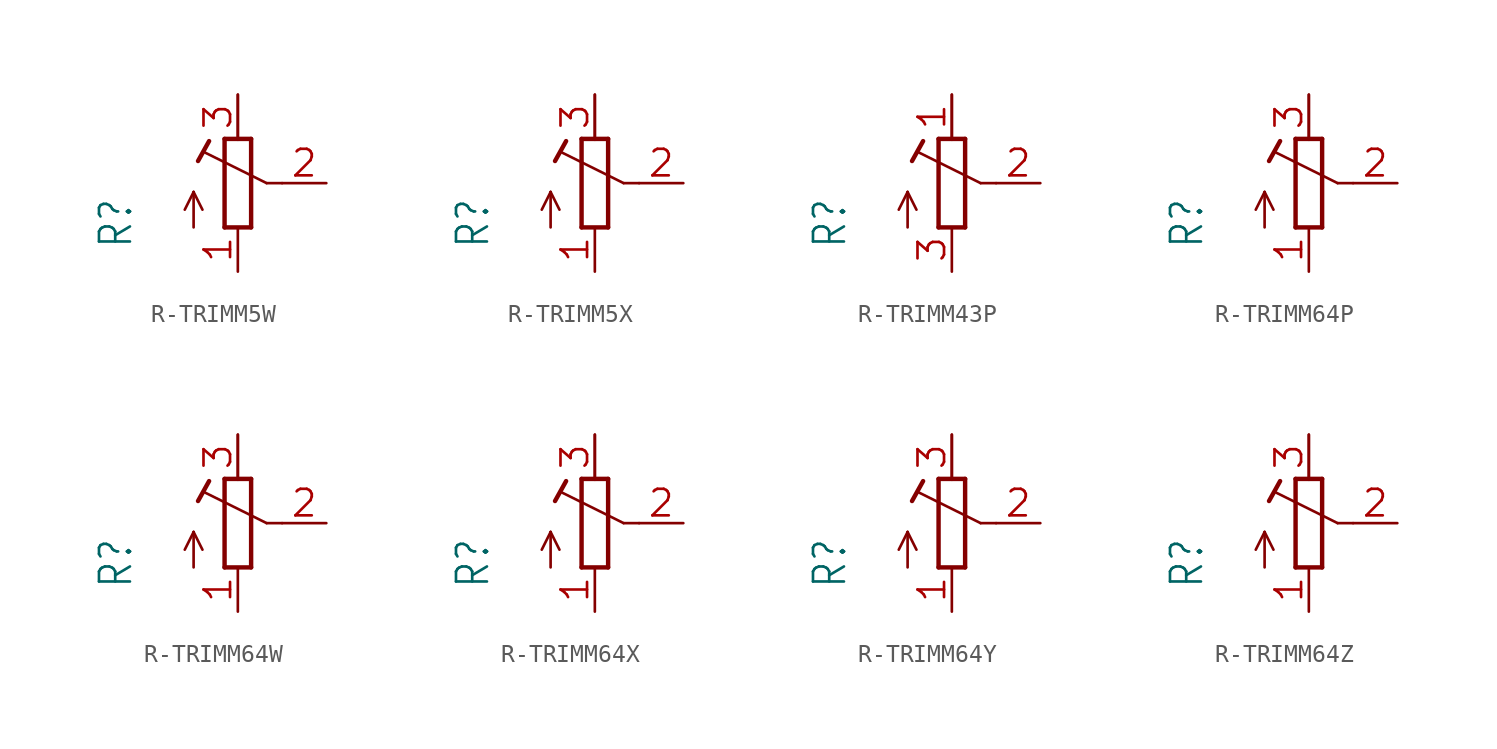
<source format=kicad_sym>
(kicad_symbol_lib
  (version 20241209)
  (generator "kicad_symbol_editor")
  (generator_version "9.0")
  (symbol "R-TRIMM5W"
    (property "Reference" "R"
      (at -5.969 -3.81 90)
      (effects (font (size 1.778 1.511)) (justify left bottom)))
    (property "Value" ""
      (at -3.81 -3.81 90)
      (effects (font (size 1.778 1.511)) (justify left bottom)))
    (property "ki_locked" ""
      (at 0 0 0)
      (effects (font (size 1.27 1.27))))
    (symbol "R-TRIMM5W_1_0"
      (polyline (pts (xy -2.54 -0.508) (xy -3.048 -1.524)) (stroke (width 0.152) (type solid)) (fill (type none)))
      (polyline (pts (xy -2.54 -0.508) (xy -2.032 -1.524)) (stroke (width 0.152) (type solid)) (fill (type none)))
      (polyline (pts (xy -2.54 -2.54) (xy -2.54 -0.508)) (stroke (width 0.152) (type solid)) (fill (type none)))
      (polyline (pts (xy -2.286 1.27) (xy -1.651 2.413)) (stroke (width 0.254) (type solid)) (fill (type none)))
      (polyline (pts (xy -0.762 2.54) (xy -0.762 -2.54)) (stroke (width 0.254) (type solid)) (fill (type none)))
      (polyline (pts (xy -0.762 -2.54) (xy 0.762 -2.54)) (stroke (width 0.254) (type solid)) (fill (type none)))
      (polyline (pts (xy 0 2.54) (xy -0.762 2.54)) (stroke (width 0.254) (type solid)) (fill (type none)))
      (polyline (pts (xy 0 2.54) (xy 0 5.08)) (stroke (width 0.152) (type solid)) (fill (type none)))
      (polyline (pts (xy 0.762 2.54) (xy 0 2.54)) (stroke (width 0.254) (type solid)) (fill (type none)))
      (polyline (pts (xy 0.762 -2.54) (xy 0.762 2.54)) (stroke (width 0.254) (type solid)) (fill (type none)))
      (polyline (pts (xy 1.651 0) (xy -1.88 1.753)) (stroke (width 0.152) (type solid)) (fill (type none)))
      (polyline (pts (xy 2.54 0) (xy 1.651 0)) (stroke (width 0.152) (type solid)) (fill (type none)))
      (pin passive line (at 0 5.08 270) (length 2.54) (name "E" (effects (font (size 0 0)))) (number "3" (effects (font (size 1.524 1.524)))))
      (pin passive line (at 0 -5.08 90) (length 2.54) (name "A" (effects (font (size 0 0)))) (number "1" (effects (font (size 1.524 1.524)))))
      (pin passive line (at 5.08 0 180) (length 2.54) (name "S" (effects (font (size 0 0)))) (number "2" (effects (font (size 1.524 1.524)))))))
  (symbol "R-TRIMM5X"
    (property "Reference" "R"
      (at -5.969 -3.81 90)
      (effects (font (size 1.778 1.511)) (justify left bottom)))
    (property "Value" ""
      (at -3.81 -3.81 90)
      (effects (font (size 1.778 1.511)) (justify left bottom)))
    (property "ki_locked" ""
      (at 0 0 0)
      (effects (font (size 1.27 1.27))))
    (symbol "R-TRIMM5X_1_0"
      (polyline (pts (xy -2.54 -0.508) (xy -3.048 -1.524)) (stroke (width 0.152) (type solid)) (fill (type none)))
      (polyline (pts (xy -2.54 -0.508) (xy -2.032 -1.524)) (stroke (width 0.152) (type solid)) (fill (type none)))
      (polyline (pts (xy -2.54 -2.54) (xy -2.54 -0.508)) (stroke (width 0.152) (type solid)) (fill (type none)))
      (polyline (pts (xy -2.286 1.27) (xy -1.651 2.413)) (stroke (width 0.254) (type solid)) (fill (type none)))
      (polyline (pts (xy -0.762 2.54) (xy -0.762 -2.54)) (stroke (width 0.254) (type solid)) (fill (type none)))
      (polyline (pts (xy -0.762 -2.54) (xy 0.762 -2.54)) (stroke (width 0.254) (type solid)) (fill (type none)))
      (polyline (pts (xy 0 2.54) (xy -0.762 2.54)) (stroke (width 0.254) (type solid)) (fill (type none)))
      (polyline (pts (xy 0 2.54) (xy 0 5.08)) (stroke (width 0.152) (type solid)) (fill (type none)))
      (polyline (pts (xy 0.762 2.54) (xy 0 2.54)) (stroke (width 0.254) (type solid)) (fill (type none)))
      (polyline (pts (xy 0.762 -2.54) (xy 0.762 2.54)) (stroke (width 0.254) (type solid)) (fill (type none)))
      (polyline (pts (xy 1.651 0) (xy -1.88 1.753)) (stroke (width 0.152) (type solid)) (fill (type none)))
      (polyline (pts (xy 2.54 0) (xy 1.651 0)) (stroke (width 0.152) (type solid)) (fill (type none)))
      (pin passive line (at 0 5.08 270) (length 2.54) (name "E" (effects (font (size 0 0)))) (number "3" (effects (font (size 1.524 1.524)))))
      (pin passive line (at 0 -5.08 90) (length 2.54) (name "A" (effects (font (size 0 0)))) (number "1" (effects (font (size 1.524 1.524)))))
      (pin passive line (at 5.08 0 180) (length 2.54) (name "S" (effects (font (size 0 0)))) (number "2" (effects (font (size 1.524 1.524)))))))
  (symbol "R-TRIMM43P"
    (property "Reference" "R"
      (at -5.969 -3.81 90)
      (effects (font (size 1.778 1.511)) (justify left bottom)))
    (property "Value" ""
      (at -3.81 -3.81 90)
      (effects (font (size 1.778 1.511)) (justify left bottom)))
    (property "ki_locked" ""
      (at 0 0 0)
      (effects (font (size 1.27 1.27))))
    (symbol "R-TRIMM43P_1_0"
      (polyline (pts (xy -2.54 -0.508) (xy -3.048 -1.524)) (stroke (width 0.152) (type solid)) (fill (type none)))
      (polyline (pts (xy -2.54 -0.508) (xy -2.032 -1.524)) (stroke (width 0.152) (type solid)) (fill (type none)))
      (polyline (pts (xy -2.54 -2.54) (xy -2.54 -0.508)) (stroke (width 0.152) (type solid)) (fill (type none)))
      (polyline (pts (xy -2.286 1.27) (xy -1.651 2.413)) (stroke (width 0.254) (type solid)) (fill (type none)))
      (polyline (pts (xy -0.762 2.54) (xy -0.762 -2.54)) (stroke (width 0.254) (type solid)) (fill (type none)))
      (polyline (pts (xy -0.762 -2.54) (xy 0.762 -2.54)) (stroke (width 0.254) (type solid)) (fill (type none)))
      (polyline (pts (xy 0 2.54) (xy -0.762 2.54)) (stroke (width 0.254) (type solid)) (fill (type none)))
      (polyline (pts (xy 0 2.54) (xy 0 5.08)) (stroke (width 0.152) (type solid)) (fill (type none)))
      (polyline (pts (xy 0.762 2.54) (xy 0 2.54)) (stroke (width 0.254) (type solid)) (fill (type none)))
      (polyline (pts (xy 0.762 -2.54) (xy 0.762 2.54)) (stroke (width 0.254) (type solid)) (fill (type none)))
      (polyline (pts (xy 1.651 0) (xy -1.88 1.753)) (stroke (width 0.152) (type solid)) (fill (type none)))
      (polyline (pts (xy 2.54 0) (xy 1.651 0)) (stroke (width 0.152) (type solid)) (fill (type none)))
      (pin passive line (at 0 5.08 270) (length 2.54) (name "E" (effects (font (size 0 0)))) (number "1" (effects (font (size 1.524 1.524)))))
      (pin passive line (at 0 -5.08 90) (length 2.54) (name "A" (effects (font (size 0 0)))) (number "3" (effects (font (size 1.524 1.524)))))
      (pin passive line (at 5.08 0 180) (length 2.54) (name "S" (effects (font (size 0 0)))) (number "2" (effects (font (size 1.524 1.524)))))))
  (symbol "R-TRIMM64P"
    (property "Reference" "R"
      (at -5.969 -3.81 90)
      (effects (font (size 1.778 1.511)) (justify left bottom)))
    (property "Value" ""
      (at -3.81 -3.81 90)
      (effects (font (size 1.778 1.511)) (justify left bottom)))
    (property "ki_locked" ""
      (at 0 0 0)
      (effects (font (size 1.27 1.27))))
    (symbol "R-TRIMM64P_1_0"
      (polyline (pts (xy -2.54 -0.508) (xy -3.048 -1.524)) (stroke (width 0.152) (type solid)) (fill (type none)))
      (polyline (pts (xy -2.54 -0.508) (xy -2.032 -1.524)) (stroke (width 0.152) (type solid)) (fill (type none)))
      (polyline (pts (xy -2.54 -2.54) (xy -2.54 -0.508)) (stroke (width 0.152) (type solid)) (fill (type none)))
      (polyline (pts (xy -2.286 1.27) (xy -1.651 2.413)) (stroke (width 0.254) (type solid)) (fill (type none)))
      (polyline (pts (xy -0.762 2.54) (xy -0.762 -2.54)) (stroke (width 0.254) (type solid)) (fill (type none)))
      (polyline (pts (xy -0.762 -2.54) (xy 0.762 -2.54)) (stroke (width 0.254) (type solid)) (fill (type none)))
      (polyline (pts (xy 0 2.54) (xy -0.762 2.54)) (stroke (width 0.254) (type solid)) (fill (type none)))
      (polyline (pts (xy 0 2.54) (xy 0 5.08)) (stroke (width 0.152) (type solid)) (fill (type none)))
      (polyline (pts (xy 0.762 2.54) (xy 0 2.54)) (stroke (width 0.254) (type solid)) (fill (type none)))
      (polyline (pts (xy 0.762 -2.54) (xy 0.762 2.54)) (stroke (width 0.254) (type solid)) (fill (type none)))
      (polyline (pts (xy 1.651 0) (xy -1.88 1.753)) (stroke (width 0.152) (type solid)) (fill (type none)))
      (polyline (pts (xy 2.54 0) (xy 1.651 0)) (stroke (width 0.152) (type solid)) (fill (type none)))
      (pin passive line (at 0 5.08 270) (length 2.54) (name "E" (effects (font (size 0 0)))) (number "3" (effects (font (size 1.524 1.524)))))
      (pin passive line (at 0 -5.08 90) (length 2.54) (name "A" (effects (font (size 0 0)))) (number "1" (effects (font (size 1.524 1.524)))))
      (pin passive line (at 5.08 0 180) (length 2.54) (name "S" (effects (font (size 0 0)))) (number "2" (effects (font (size 1.524 1.524)))))))
  (symbol "R-TRIMM64W"
    (property "Reference" "R"
      (at -5.969 -3.81 90)
      (effects (font (size 1.778 1.511)) (justify left bottom)))
    (property "Value" ""
      (at -3.81 -3.81 90)
      (effects (font (size 1.778 1.511)) (justify left bottom)))
    (property "ki_locked" ""
      (at 0 0 0)
      (effects (font (size 1.27 1.27))))
    (symbol "R-TRIMM64W_1_0"
      (polyline (pts (xy -2.54 -0.508) (xy -3.048 -1.524)) (stroke (width 0.152) (type solid)) (fill (type none)))
      (polyline (pts (xy -2.54 -0.508) (xy -2.032 -1.524)) (stroke (width 0.152) (type solid)) (fill (type none)))
      (polyline (pts (xy -2.54 -2.54) (xy -2.54 -0.508)) (stroke (width 0.152) (type solid)) (fill (type none)))
      (polyline (pts (xy -2.286 1.27) (xy -1.651 2.413)) (stroke (width 0.254) (type solid)) (fill (type none)))
      (polyline (pts (xy -0.762 2.54) (xy -0.762 -2.54)) (stroke (width 0.254) (type solid)) (fill (type none)))
      (polyline (pts (xy -0.762 -2.54) (xy 0.762 -2.54)) (stroke (width 0.254) (type solid)) (fill (type none)))
      (polyline (pts (xy 0 2.54) (xy -0.762 2.54)) (stroke (width 0.254) (type solid)) (fill (type none)))
      (polyline (pts (xy 0 2.54) (xy 0 5.08)) (stroke (width 0.152) (type solid)) (fill (type none)))
      (polyline (pts (xy 0.762 2.54) (xy 0 2.54)) (stroke (width 0.254) (type solid)) (fill (type none)))
      (polyline (pts (xy 0.762 -2.54) (xy 0.762 2.54)) (stroke (width 0.254) (type solid)) (fill (type none)))
      (polyline (pts (xy 1.651 0) (xy -1.88 1.753)) (stroke (width 0.152) (type solid)) (fill (type none)))
      (polyline (pts (xy 2.54 0) (xy 1.651 0)) (stroke (width 0.152) (type solid)) (fill (type none)))
      (pin passive line (at 0 5.08 270) (length 2.54) (name "E" (effects (font (size 0 0)))) (number "3" (effects (font (size 1.524 1.524)))))
      (pin passive line (at 0 -5.08 90) (length 2.54) (name "A" (effects (font (size 0 0)))) (number "1" (effects (font (size 1.524 1.524)))))
      (pin passive line (at 5.08 0 180) (length 2.54) (name "S" (effects (font (size 0 0)))) (number "2" (effects (font (size 1.524 1.524)))))))
  (symbol "R-TRIMM64X"
    (property "Reference" "R"
      (at -5.969 -3.81 90)
      (effects (font (size 1.778 1.511)) (justify left bottom)))
    (property "Value" ""
      (at -3.81 -3.81 90)
      (effects (font (size 1.778 1.511)) (justify left bottom)))
    (property "ki_locked" ""
      (at 0 0 0)
      (effects (font (size 1.27 1.27))))
    (symbol "R-TRIMM64X_1_0"
      (polyline (pts (xy -2.54 -0.508) (xy -3.048 -1.524)) (stroke (width 0.152) (type solid)) (fill (type none)))
      (polyline (pts (xy -2.54 -0.508) (xy -2.032 -1.524)) (stroke (width 0.152) (type solid)) (fill (type none)))
      (polyline (pts (xy -2.54 -2.54) (xy -2.54 -0.508)) (stroke (width 0.152) (type solid)) (fill (type none)))
      (polyline (pts (xy -2.286 1.27) (xy -1.651 2.413)) (stroke (width 0.254) (type solid)) (fill (type none)))
      (polyline (pts (xy -0.762 2.54) (xy -0.762 -2.54)) (stroke (width 0.254) (type solid)) (fill (type none)))
      (polyline (pts (xy -0.762 -2.54) (xy 0.762 -2.54)) (stroke (width 0.254) (type solid)) (fill (type none)))
      (polyline (pts (xy 0 2.54) (xy -0.762 2.54)) (stroke (width 0.254) (type solid)) (fill (type none)))
      (polyline (pts (xy 0 2.54) (xy 0 5.08)) (stroke (width 0.152) (type solid)) (fill (type none)))
      (polyline (pts (xy 0.762 2.54) (xy 0 2.54)) (stroke (width 0.254) (type solid)) (fill (type none)))
      (polyline (pts (xy 0.762 -2.54) (xy 0.762 2.54)) (stroke (width 0.254) (type solid)) (fill (type none)))
      (polyline (pts (xy 1.651 0) (xy -1.88 1.753)) (stroke (width 0.152) (type solid)) (fill (type none)))
      (polyline (pts (xy 2.54 0) (xy 1.651 0)) (stroke (width 0.152) (type solid)) (fill (type none)))
      (pin passive line (at 0 5.08 270) (length 2.54) (name "E" (effects (font (size 0 0)))) (number "3" (effects (font (size 1.524 1.524)))))
      (pin passive line (at 0 -5.08 90) (length 2.54) (name "A" (effects (font (size 0 0)))) (number "1" (effects (font (size 1.524 1.524)))))
      (pin passive line (at 5.08 0 180) (length 2.54) (name "S" (effects (font (size 0 0)))) (number "2" (effects (font (size 1.524 1.524)))))))
  (symbol "R-TRIMM64Y"
    (property "Reference" "R"
      (at -5.969 -3.81 90)
      (effects (font (size 1.778 1.511)) (justify left bottom)))
    (property "Value" ""
      (at -3.81 -3.81 90)
      (effects (font (size 1.778 1.511)) (justify left bottom)))
    (property "ki_locked" ""
      (at 0 0 0)
      (effects (font (size 1.27 1.27))))
    (symbol "R-TRIMM64Y_1_0"
      (polyline (pts (xy -2.54 -0.508) (xy -3.048 -1.524)) (stroke (width 0.152) (type solid)) (fill (type none)))
      (polyline (pts (xy -2.54 -0.508) (xy -2.032 -1.524)) (stroke (width 0.152) (type solid)) (fill (type none)))
      (polyline (pts (xy -2.54 -2.54) (xy -2.54 -0.508)) (stroke (width 0.152) (type solid)) (fill (type none)))
      (polyline (pts (xy -2.286 1.27) (xy -1.651 2.413)) (stroke (width 0.254) (type solid)) (fill (type none)))
      (polyline (pts (xy -0.762 2.54) (xy -0.762 -2.54)) (stroke (width 0.254) (type solid)) (fill (type none)))
      (polyline (pts (xy -0.762 -2.54) (xy 0.762 -2.54)) (stroke (width 0.254) (type solid)) (fill (type none)))
      (polyline (pts (xy 0 2.54) (xy -0.762 2.54)) (stroke (width 0.254) (type solid)) (fill (type none)))
      (polyline (pts (xy 0 2.54) (xy 0 5.08)) (stroke (width 0.152) (type solid)) (fill (type none)))
      (polyline (pts (xy 0.762 2.54) (xy 0 2.54)) (stroke (width 0.254) (type solid)) (fill (type none)))
      (polyline (pts (xy 0.762 -2.54) (xy 0.762 2.54)) (stroke (width 0.254) (type solid)) (fill (type none)))
      (polyline (pts (xy 1.651 0) (xy -1.88 1.753)) (stroke (width 0.152) (type solid)) (fill (type none)))
      (polyline (pts (xy 2.54 0) (xy 1.651 0)) (stroke (width 0.152) (type solid)) (fill (type none)))
      (pin passive line (at 0 5.08 270) (length 2.54) (name "E" (effects (font (size 0 0)))) (number "3" (effects (font (size 1.524 1.524)))))
      (pin passive line (at 0 -5.08 90) (length 2.54) (name "A" (effects (font (size 0 0)))) (number "1" (effects (font (size 1.524 1.524)))))
      (pin passive line (at 5.08 0 180) (length 2.54) (name "S" (effects (font (size 0 0)))) (number "2" (effects (font (size 1.524 1.524)))))))
  (symbol "R-TRIMM64Z"
    (property "Reference" "R"
      (at -5.969 -3.81 90)
      (effects (font (size 1.778 1.511)) (justify left bottom)))
    (property "Value" ""
      (at -3.81 -3.81 90)
      (effects (font (size 1.778 1.511)) (justify left bottom)))
    (property "ki_locked" ""
      (at 0 0 0)
      (effects (font (size 1.27 1.27))))
    (symbol "R-TRIMM64Z_1_0"
      (polyline (pts (xy -2.54 -0.508) (xy -3.048 -1.524)) (stroke (width 0.152) (type solid)) (fill (type none)))
      (polyline (pts (xy -2.54 -0.508) (xy -2.032 -1.524)) (stroke (width 0.152) (type solid)) (fill (type none)))
      (polyline (pts (xy -2.54 -2.54) (xy -2.54 -0.508)) (stroke (width 0.152) (type solid)) (fill (type none)))
      (polyline (pts (xy -2.286 1.27) (xy -1.651 2.413)) (stroke (width 0.254) (type solid)) (fill (type none)))
      (polyline (pts (xy -0.762 2.54) (xy -0.762 -2.54)) (stroke (width 0.254) (type solid)) (fill (type none)))
      (polyline (pts (xy -0.762 -2.54) (xy 0.762 -2.54)) (stroke (width 0.254) (type solid)) (fill (type none)))
      (polyline (pts (xy 0 2.54) (xy -0.762 2.54)) (stroke (width 0.254) (type solid)) (fill (type none)))
      (polyline (pts (xy 0 2.54) (xy 0 5.08)) (stroke (width 0.152) (type solid)) (fill (type none)))
      (polyline (pts (xy 0.762 2.54) (xy 0 2.54)) (stroke (width 0.254) (type solid)) (fill (type none)))
      (polyline (pts (xy 0.762 -2.54) (xy 0.762 2.54)) (stroke (width 0.254) (type solid)) (fill (type none)))
      (polyline (pts (xy 1.651 0) (xy -1.88 1.753)) (stroke (width 0.152) (type solid)) (fill (type none)))
      (polyline (pts (xy 2.54 0) (xy 1.651 0)) (stroke (width 0.152) (type solid)) (fill (type none)))
      (pin passive line (at 0 5.08 270) (length 2.54) (name "E" (effects (font (size 0 0)))) (number "3" (effects (font (size 1.524 1.524)))))
      (pin passive line (at 0 -5.08 90) (length 2.54) (name "A" (effects (font (size 0 0)))) (number "1" (effects (font (size 1.524 1.524)))))
      (pin passive line (at 5.08 0 180) (length 2.54) (name "S" (effects (font (size 0 0)))) (number "2" (effects (font (size 1.524 1.524))))))))
</source>
